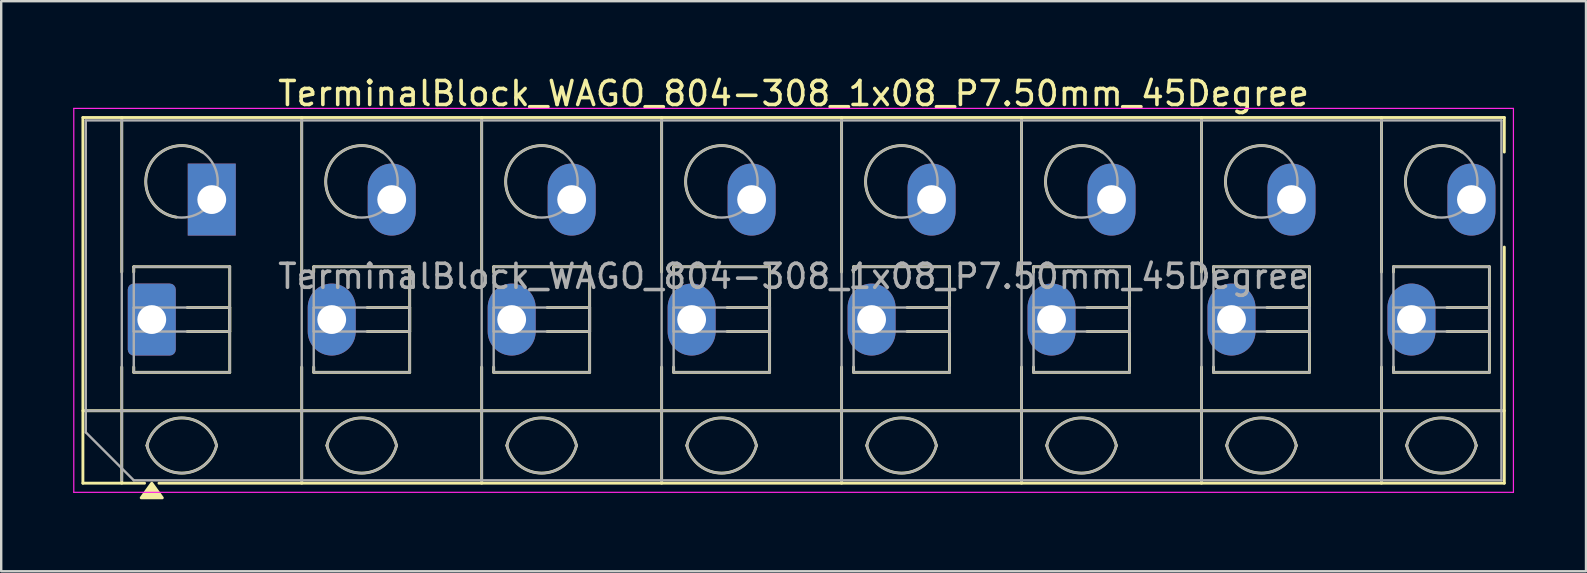
<source format=kicad_pcb>
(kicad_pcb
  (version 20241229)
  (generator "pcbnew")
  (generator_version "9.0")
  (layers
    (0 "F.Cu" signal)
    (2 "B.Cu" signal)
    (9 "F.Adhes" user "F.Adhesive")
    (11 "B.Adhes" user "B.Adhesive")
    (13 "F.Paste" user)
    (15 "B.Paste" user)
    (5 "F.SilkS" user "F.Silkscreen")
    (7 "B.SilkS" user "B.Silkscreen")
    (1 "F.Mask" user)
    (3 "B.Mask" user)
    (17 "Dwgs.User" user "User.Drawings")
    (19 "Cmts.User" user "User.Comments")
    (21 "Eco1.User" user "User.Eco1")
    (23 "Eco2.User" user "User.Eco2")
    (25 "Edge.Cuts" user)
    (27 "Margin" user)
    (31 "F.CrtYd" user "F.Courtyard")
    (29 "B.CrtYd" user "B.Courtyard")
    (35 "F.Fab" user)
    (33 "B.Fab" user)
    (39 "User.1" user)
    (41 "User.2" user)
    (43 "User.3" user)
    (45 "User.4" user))
  (footprint "TerminalBlock_WAGO_804-308_1x08_P7.50mm_45Degree"
    (layer "F.Cu")
    (at 3.275 10.268)
    (property "Reference" "TerminalBlock_WAGO_804-308_1x08_P7.50mm_45Degree" (at 26.75 -9.42 0) (layer "F.SilkS") (effects (font (size 1 1) (thickness 0.15))))
    (attr through_hole)
    (fp_line (start -2.87 -8.42) (end -2.87 6.82) (stroke (width 0.12) (type solid)) (layer "F.SilkS"))
    (fp_line (start -2.87 -8.42) (end 56.37 -8.42) (stroke (width 0.12) (type solid)) (layer "F.SilkS"))
    (fp_line (start -2.87 3.8) (end 56.37 3.8) (stroke (width 0.12) (type solid)) (layer "F.SilkS"))
    (fp_line (start -2.87 6.82) (end -0.3 6.82) (stroke (width 0.12) (type solid)) (layer "F.SilkS"))
    (fp_line (start -1.25 -8.42) (end -1.25 -1.98) (stroke (width 0.12) (type solid)) (layer "F.SilkS"))
    (fp_line (start -1.25 1.98) (end -1.25 6.82) (stroke (width 0.12) (type solid)) (layer "F.SilkS"))
    (fp_line (start -0.75 -2.2) (end -0.75 -1.98) (stroke (width 0.12) (type solid)) (layer "F.SilkS"))
    (fp_line (start -0.75 -2.2) (end 3.25 -2.2) (stroke (width 0.12) (type solid)) (layer "F.SilkS"))
    (fp_line (start -0.75 1.98) (end -0.75 2.2) (stroke (width 0.12) (type solid)) (layer "F.SilkS"))
    (fp_line (start -0.75 2.2) (end 3.25 2.2) (stroke (width 0.12) (type solid)) (layer "F.SilkS"))
    (fp_line (start 0.3 6.82) (end 56.37 6.82) (stroke (width 0.12) (type solid)) (layer "F.SilkS"))
    (fp_line (start 1.48 -0.5) (end 3.25 -0.5) (stroke (width 0.12) (type solid)) (layer "F.SilkS"))
    (fp_line (start 1.48 0.5) (end 3.25 0.5) (stroke (width 0.12) (type solid)) (layer "F.SilkS"))
    (fp_line (start 3.25 -2.2) (end 3.25 2.2) (stroke (width 0.12) (type solid)) (layer "F.SilkS"))
    (fp_line (start 3.25 -0.5) (end 3.25 0.5) (stroke (width 0.12) (type solid)) (layer "F.SilkS"))
    (fp_line (start 6.25 -8.42) (end 6.25 -1.98) (stroke (width 0.12) (type solid)) (layer "F.SilkS"))
    (fp_line (start 6.25 1.98) (end 6.25 6.82) (stroke (width 0.12) (type solid)) (layer "F.SilkS"))
    (fp_line (start 6.75 -2.2) (end 6.75 -1.98) (stroke (width 0.12) (type solid)) (layer "F.SilkS"))
    (fp_line (start 6.75 -2.2) (end 10.75 -2.2) (stroke (width 0.12) (type solid)) (layer "F.SilkS"))
    (fp_line (start 6.75 1.98) (end 6.75 2.2) (stroke (width 0.12) (type solid)) (layer "F.SilkS"))
    (fp_line (start 6.75 2.2) (end 10.75 2.2) (stroke (width 0.12) (type solid)) (layer "F.SilkS"))
    (fp_line (start 8.98 -0.5) (end 10.75 -0.5) (stroke (width 0.12) (type solid)) (layer "F.SilkS"))
    (fp_line (start 8.98 0.5) (end 10.75 0.5) (stroke (width 0.12) (type solid)) (layer "F.SilkS"))
    (fp_line (start 10.75 -2.2) (end 10.75 2.2) (stroke (width 0.12) (type solid)) (layer "F.SilkS"))
    (fp_line (start 10.75 -0.5) (end 10.75 0.5) (stroke (width 0.12) (type solid)) (layer "F.SilkS"))
    (fp_line (start 13.75 -8.42) (end 13.75 -1.98) (stroke (width 0.12) (type solid)) (layer "F.SilkS"))
    (fp_line (start 13.75 1.98) (end 13.75 6.82) (stroke (width 0.12) (type solid)) (layer "F.SilkS"))
    (fp_line (start 14.25 -2.2) (end 14.25 -1.98) (stroke (width 0.12) (type solid)) (layer "F.SilkS"))
    (fp_line (start 14.25 -2.2) (end 18.25 -2.2) (stroke (width 0.12) (type solid)) (layer "F.SilkS"))
    (fp_line (start 14.25 1.98) (end 14.25 2.2) (stroke (width 0.12) (type solid)) (layer "F.SilkS"))
    (fp_line (start 14.25 2.2) (end 18.25 2.2) (stroke (width 0.12) (type solid)) (layer "F.SilkS"))
    (fp_line (start 16.48 -0.5) (end 18.25 -0.5) (stroke (width 0.12) (type solid)) (layer "F.SilkS"))
    (fp_line (start 16.48 0.5) (end 18.25 0.5) (stroke (width 0.12) (type solid)) (layer "F.SilkS"))
    (fp_line (start 18.25 -2.2) (end 18.25 2.2) (stroke (width 0.12) (type solid)) (layer "F.SilkS"))
    (fp_line (start 18.25 -0.5) (end 18.25 0.5) (stroke (width 0.12) (type solid)) (layer "F.SilkS"))
    (fp_line (start 21.25 -8.42) (end 21.25 -1.98) (stroke (width 0.12) (type solid)) (layer "F.SilkS"))
    (fp_line (start 21.25 1.98) (end 21.25 6.82) (stroke (width 0.12) (type solid)) (layer "F.SilkS"))
    (fp_line (start 21.75 -2.2) (end 21.75 -1.98) (stroke (width 0.12) (type solid)) (layer "F.SilkS"))
    (fp_line (start 21.75 -2.2) (end 25.75 -2.2) (stroke (width 0.12) (type solid)) (layer "F.SilkS"))
    (fp_line (start 21.75 1.98) (end 21.75 2.2) (stroke (width 0.12) (type solid)) (layer "F.SilkS"))
    (fp_line (start 21.75 2.2) (end 25.75 2.2) (stroke (width 0.12) (type solid)) (layer "F.SilkS"))
    (fp_line (start 23.98 -0.5) (end 25.75 -0.5) (stroke (width 0.12) (type solid)) (layer "F.SilkS"))
    (fp_line (start 23.98 0.5) (end 25.75 0.5) (stroke (width 0.12) (type solid)) (layer "F.SilkS"))
    (fp_line (start 25.75 -2.2) (end 25.75 2.2) (stroke (width 0.12) (type solid)) (layer "F.SilkS"))
    (fp_line (start 25.75 -0.5) (end 25.75 0.5) (stroke (width 0.12) (type solid)) (layer "F.SilkS"))
    (fp_line (start 28.75 -8.42) (end 28.75 -1.98) (stroke (width 0.12) (type solid)) (layer "F.SilkS"))
    (fp_line (start 28.75 1.98) (end 28.75 6.82) (stroke (width 0.12) (type solid)) (layer "F.SilkS"))
    (fp_line (start 29.25 -2.2) (end 29.25 -1.98) (stroke (width 0.12) (type solid)) (layer "F.SilkS"))
    (fp_line (start 29.25 -2.2) (end 33.25 -2.2) (stroke (width 0.12) (type solid)) (layer "F.SilkS"))
    (fp_line (start 29.25 1.98) (end 29.25 2.2) (stroke (width 0.12) (type solid)) (layer "F.SilkS"))
    (fp_line (start 29.25 2.2) (end 33.25 2.2) (stroke (width 0.12) (type solid)) (layer "F.SilkS"))
    (fp_line (start 31.48 -0.5) (end 33.25 -0.5) (stroke (width 0.12) (type solid)) (layer "F.SilkS"))
    (fp_line (start 31.48 0.5) (end 33.25 0.5) (stroke (width 0.12) (type solid)) (layer "F.SilkS"))
    (fp_line (start 33.25 -2.2) (end 33.25 2.2) (stroke (width 0.12) (type solid)) (layer "F.SilkS"))
    (fp_line (start 33.25 -0.5) (end 33.25 0.5) (stroke (width 0.12) (type solid)) (layer "F.SilkS"))
    (fp_line (start 36.25 -8.42) (end 36.25 -1.98) (stroke (width 0.12) (type solid)) (layer "F.SilkS"))
    (fp_line (start 36.25 1.98) (end 36.25 6.82) (stroke (width 0.12) (type solid)) (layer "F.SilkS"))
    (fp_line (start 36.75 -2.2) (end 36.75 -1.98) (stroke (width 0.12) (type solid)) (layer "F.SilkS"))
    (fp_line (start 36.75 -2.2) (end 40.75 -2.2) (stroke (width 0.12) (type solid)) (layer "F.SilkS"))
    (fp_line (start 36.75 1.98) (end 36.75 2.2) (stroke (width 0.12) (type solid)) (layer "F.SilkS"))
    (fp_line (start 36.75 2.2) (end 40.75 2.2) (stroke (width 0.12) (type solid)) (layer "F.SilkS"))
    (fp_line (start 38.98 -0.5) (end 40.75 -0.5) (stroke (width 0.12) (type solid)) (layer "F.SilkS"))
    (fp_line (start 38.98 0.5) (end 40.75 0.5) (stroke (width 0.12) (type solid)) (layer "F.SilkS"))
    (fp_line (start 40.75 -2.2) (end 40.75 2.2) (stroke (width 0.12) (type solid)) (layer "F.SilkS"))
    (fp_line (start 40.75 -0.5) (end 40.75 0.5) (stroke (width 0.12) (type solid)) (layer "F.SilkS"))
    (fp_line (start 43.75 -8.42) (end 43.75 -1.98) (stroke (width 0.12) (type solid)) (layer "F.SilkS"))
    (fp_line (start 43.75 1.98) (end 43.75 6.82) (stroke (width 0.12) (type solid)) (layer "F.SilkS"))
    (fp_line (start 44.25 -2.2) (end 44.25 -1.98) (stroke (width 0.12) (type solid)) (layer "F.SilkS"))
    (fp_line (start 44.25 -2.2) (end 48.25 -2.2) (stroke (width 0.12) (type solid)) (layer "F.SilkS"))
    (fp_line (start 44.25 1.98) (end 44.25 2.2) (stroke (width 0.12) (type solid)) (layer "F.SilkS"))
    (fp_line (start 44.25 2.2) (end 48.25 2.2) (stroke (width 0.12) (type solid)) (layer "F.SilkS"))
    (fp_line (start 46.48 -0.5) (end 48.25 -0.5) (stroke (width 0.12) (type solid)) (layer "F.SilkS"))
    (fp_line (start 46.48 0.5) (end 48.25 0.5) (stroke (width 0.12) (type solid)) (layer "F.SilkS"))
    (fp_line (start 48.25 -2.2) (end 48.25 2.2) (stroke (width 0.12) (type solid)) (layer "F.SilkS"))
    (fp_line (start 48.25 -0.5) (end 48.25 0.5) (stroke (width 0.12) (type solid)) (layer "F.SilkS"))
    (fp_line (start 51.25 -8.42) (end 51.25 -1.98) (stroke (width 0.12) (type solid)) (layer "F.SilkS"))
    (fp_line (start 51.25 1.98) (end 51.25 6.82) (stroke (width 0.12) (type solid)) (layer "F.SilkS"))
    (fp_line (start 51.75 -2.2) (end 51.75 -1.98) (stroke (width 0.12) (type solid)) (layer "F.SilkS"))
    (fp_line (start 51.75 -2.2) (end 55.75 -2.2) (stroke (width 0.12) (type solid)) (layer "F.SilkS"))
    (fp_line (start 51.75 1.98) (end 51.75 2.2) (stroke (width 0.12) (type solid)) (layer "F.SilkS"))
    (fp_line (start 51.75 2.2) (end 55.75 2.2) (stroke (width 0.12) (type solid)) (layer "F.SilkS"))
    (fp_line (start 53.98 -0.5) (end 55.75 -0.5) (stroke (width 0.12) (type solid)) (layer "F.SilkS"))
    (fp_line (start 53.98 0.5) (end 55.75 0.5) (stroke (width 0.12) (type solid)) (layer "F.SilkS"))
    (fp_line (start 55.75 -2.2) (end 55.75 2.2) (stroke (width 0.12) (type solid)) (layer "F.SilkS"))
    (fp_line (start 55.75 -0.5) (end 55.75 0.5) (stroke (width 0.12) (type solid)) (layer "F.SilkS"))
    (fp_line (start 56.37 -8.42) (end 56.37 -6.98) (stroke (width 0.12) (type solid)) (layer "F.SilkS"))
    (fp_line (start 56.37 -3.02) (end 56.37 6.82) (stroke (width 0.12) (type solid)) (layer "F.SilkS"))
    (fp_arc (start -0.2 5.25) (mid 1.25 4.1) (end 2.7 5.25) (stroke (width 0.12) (type solid)) (layer "F.SilkS"))
    (fp_arc (start 1.02 -4.268) (mid -0.141916 -6.309209) (end 2.109 -6.98) (stroke (width 0.12) (type solid)) (layer "F.SilkS"))
    (fp_arc (start 2.7 5.25) (mid 1.25 6.4) (end -0.2 5.25) (stroke (width 0.12) (type solid)) (layer "F.SilkS"))
    (fp_arc (start 7.3 5.25) (mid 8.75 4.1) (end 10.2 5.25) (stroke (width 0.12) (type solid)) (layer "F.SilkS"))
    (fp_arc (start 8.52 -4.268) (mid 7.358084 -6.309209) (end 9.609 -6.98) (stroke (width 0.12) (type solid)) (layer "F.SilkS"))
    (fp_arc (start 10.2 5.25) (mid 8.75 6.4) (end 7.3 5.25) (stroke (width 0.12) (type solid)) (layer "F.SilkS"))
    (fp_arc (start 14.8 5.25) (mid 16.25 4.1) (end 17.7 5.25) (stroke (width 0.12) (type solid)) (layer "F.SilkS"))
    (fp_arc (start 16.02 -4.268) (mid 14.858084 -6.309209) (end 17.109 -6.98) (stroke (width 0.12) (type solid)) (layer "F.SilkS"))
    (fp_arc (start 17.7 5.25) (mid 16.25 6.4) (end 14.8 5.25) (stroke (width 0.12) (type solid)) (layer "F.SilkS"))
    (fp_arc (start 22.3 5.25) (mid 23.75 4.1) (end 25.2 5.25) (stroke (width 0.12) (type solid)) (layer "F.SilkS"))
    (fp_arc (start 23.52 -4.268) (mid 22.358084 -6.309209) (end 24.609 -6.98) (stroke (width 0.12) (type solid)) (layer "F.SilkS"))
    (fp_arc (start 25.2 5.25) (mid 23.75 6.4) (end 22.3 5.25) (stroke (width 0.12) (type solid)) (layer "F.SilkS"))
    (fp_arc (start 29.8 5.25) (mid 31.25 4.1) (end 32.7 5.25) (stroke (width 0.12) (type solid)) (layer "F.SilkS"))
    (fp_arc (start 31.02 -4.268) (mid 29.858084 -6.309209) (end 32.109 -6.98) (stroke (width 0.12) (type solid)) (layer "F.SilkS"))
    (fp_arc (start 32.7 5.25) (mid 31.25 6.4) (end 29.8 5.25) (stroke (width 0.12) (type solid)) (layer "F.SilkS"))
    (fp_arc (start 37.3 5.25) (mid 38.75 4.1) (end 40.2 5.25) (stroke (width 0.12) (type solid)) (layer "F.SilkS"))
    (fp_arc (start 38.52 -4.268) (mid 37.358084 -6.309209) (end 39.609 -6.98) (stroke (width 0.12) (type solid)) (layer "F.SilkS"))
    (fp_arc (start 40.2 5.25) (mid 38.75 6.4) (end 37.3 5.25) (stroke (width 0.12) (type solid)) (layer "F.SilkS"))
    (fp_arc (start 44.8 5.25) (mid 46.25 4.1) (end 47.7 5.25) (stroke (width 0.12) (type solid)) (layer "F.SilkS"))
    (fp_arc (start 46.02 -4.268) (mid 44.858084 -6.309209) (end 47.109 -6.98) (stroke (width 0.12) (type solid)) (layer "F.SilkS"))
    (fp_arc (start 47.7 5.25) (mid 46.25 6.4) (end 44.8 5.25) (stroke (width 0.12) (type solid)) (layer "F.SilkS"))
    (fp_arc (start 52.3 5.25) (mid 53.75 4.1) (end 55.2 5.25) (stroke (width 0.12) (type solid)) (layer "F.SilkS"))
    (fp_arc (start 53.52 -4.268) (mid 52.358084 -6.309209) (end 54.609 -6.98) (stroke (width 0.12) (type solid)) (layer "F.SilkS"))
    (fp_arc (start 55.2 5.25) (mid 53.75 6.4) (end 52.3 5.25) (stroke (width 0.12) (type solid)) (layer "F.SilkS"))
    (fp_poly (pts (xy 0 6.82) (xy 0.44 7.43) (xy -0.44 7.43)) (stroke (width 0.12) (type solid)) (fill yes) (layer "F.SilkS"))
    (fp_line (start -3.25 -8.8) (end -3.25 7.2) (stroke (width 0.05) (type solid)) (layer "F.CrtYd"))
    (fp_line (start -3.25 7.2) (end 56.75 7.2) (stroke (width 0.05) (type solid)) (layer "F.CrtYd"))
    (fp_line (start 56.75 -8.8) (end -3.25 -8.8) (stroke (width 0.05) (type solid)) (layer "F.CrtYd"))
    (fp_line (start 56.75 7.2) (end 56.75 -8.8) (stroke (width 0.05) (type solid)) (layer "F.CrtYd"))
    (fp_line (start -2.75 -8.3) (end 56.25 -8.3) (stroke (width 0.1) (type solid)) (layer "F.Fab"))
    (fp_line (start -2.75 3.8) (end 56.25 3.8) (stroke (width 0.1) (type solid)) (layer "F.Fab"))
    (fp_line (start -2.75 4.7) (end -2.75 -8.3) (stroke (width 0.1) (type solid)) (layer "F.Fab"))
    (fp_line (start -1.25 -8.3) (end -1.25 6.7) (stroke (width 0.1) (type solid)) (layer "F.Fab"))
    (fp_line (start -0.75 -2.2) (end -0.75 2.2) (stroke (width 0.1) (type solid)) (layer "F.Fab"))
    (fp_line (start -0.75 -0.5) (end -0.75 0.5) (stroke (width 0.1) (type solid)) (layer "F.Fab"))
    (fp_line (start -0.75 0.5) (end 3.25 0.5) (stroke (width 0.1) (type solid)) (layer "F.Fab"))
    (fp_line (start -0.75 2.2) (end 3.25 2.2) (stroke (width 0.1) (type solid)) (layer "F.Fab"))
    (fp_line (start -0.75 6.7) (end -2.75 4.7) (stroke (width 0.1) (type solid)) (layer "F.Fab"))
    (fp_line (start 3.25 -2.2) (end -0.75 -2.2) (stroke (width 0.1) (type solid)) (layer "F.Fab"))
    (fp_line (start 3.25 -0.5) (end -0.75 -0.5) (stroke (width 0.1) (type solid)) (layer "F.Fab"))
    (fp_line (start 3.25 0.5) (end 3.25 -0.5) (stroke (width 0.1) (type solid)) (layer "F.Fab"))
    (fp_line (start 3.25 2.2) (end 3.25 -2.2) (stroke (width 0.1) (type solid)) (layer "F.Fab"))
    (fp_line (start 6.25 -8.3) (end 6.25 6.7) (stroke (width 0.1) (type solid)) (layer "F.Fab"))
    (fp_line (start 6.75 -2.2) (end 6.75 2.2) (stroke (width 0.1) (type solid)) (layer "F.Fab"))
    (fp_line (start 6.75 -0.5) (end 6.75 0.5) (stroke (width 0.1) (type solid)) (layer "F.Fab"))
    (fp_line (start 6.75 0.5) (end 10.75 0.5) (stroke (width 0.1) (type solid)) (layer "F.Fab"))
    (fp_line (start 6.75 2.2) (end 10.75 2.2) (stroke (width 0.1) (type solid)) (layer "F.Fab"))
    (fp_line (start 10.75 -2.2) (end 6.75 -2.2) (stroke (width 0.1) (type solid)) (layer "F.Fab"))
    (fp_line (start 10.75 -0.5) (end 6.75 -0.5) (stroke (width 0.1) (type solid)) (layer "F.Fab"))
    (fp_line (start 10.75 0.5) (end 10.75 -0.5) (stroke (width 0.1) (type solid)) (layer "F.Fab"))
    (fp_line (start 10.75 2.2) (end 10.75 -2.2) (stroke (width 0.1) (type solid)) (layer "F.Fab"))
    (fp_line (start 13.75 -8.3) (end 13.75 6.7) (stroke (width 0.1) (type solid)) (layer "F.Fab"))
    (fp_line (start 14.25 -2.2) (end 14.25 2.2) (stroke (width 0.1) (type solid)) (layer "F.Fab"))
    (fp_line (start 14.25 -0.5) (end 14.25 0.5) (stroke (width 0.1) (type solid)) (layer "F.Fab"))
    (fp_line (start 14.25 0.5) (end 18.25 0.5) (stroke (width 0.1) (type solid)) (layer "F.Fab"))
    (fp_line (start 14.25 2.2) (end 18.25 2.2) (stroke (width 0.1) (type solid)) (layer "F.Fab"))
    (fp_line (start 18.25 -2.2) (end 14.25 -2.2) (stroke (width 0.1) (type solid)) (layer "F.Fab"))
    (fp_line (start 18.25 -0.5) (end 14.25 -0.5) (stroke (width 0.1) (type solid)) (layer "F.Fab"))
    (fp_line (start 18.25 0.5) (end 18.25 -0.5) (stroke (width 0.1) (type solid)) (layer "F.Fab"))
    (fp_line (start 18.25 2.2) (end 18.25 -2.2) (stroke (width 0.1) (type solid)) (layer "F.Fab"))
    (fp_line (start 21.25 -8.3) (end 21.25 6.7) (stroke (width 0.1) (type solid)) (layer "F.Fab"))
    (fp_line (start 21.75 -2.2) (end 21.75 2.2) (stroke (width 0.1) (type solid)) (layer "F.Fab"))
    (fp_line (start 21.75 -0.5) (end 21.75 0.5) (stroke (width 0.1) (type solid)) (layer "F.Fab"))
    (fp_line (start 21.75 0.5) (end 25.75 0.5) (stroke (width 0.1) (type solid)) (layer "F.Fab"))
    (fp_line (start 21.75 2.2) (end 25.75 2.2) (stroke (width 0.1) (type solid)) (layer "F.Fab"))
    (fp_line (start 25.75 -2.2) (end 21.75 -2.2) (stroke (width 0.1) (type solid)) (layer "F.Fab"))
    (fp_line (start 25.75 -0.5) (end 21.75 -0.5) (stroke (width 0.1) (type solid)) (layer "F.Fab"))
    (fp_line (start 25.75 0.5) (end 25.75 -0.5) (stroke (width 0.1) (type solid)) (layer "F.Fab"))
    (fp_line (start 25.75 2.2) (end 25.75 -2.2) (stroke (width 0.1) (type solid)) (layer "F.Fab"))
    (fp_line (start 28.75 -8.3) (end 28.75 6.7) (stroke (width 0.1) (type solid)) (layer "F.Fab"))
    (fp_line (start 29.25 -2.2) (end 29.25 2.2) (stroke (width 0.1) (type solid)) (layer "F.Fab"))
    (fp_line (start 29.25 -0.5) (end 29.25 0.5) (stroke (width 0.1) (type solid)) (layer "F.Fab"))
    (fp_line (start 29.25 0.5) (end 33.25 0.5) (stroke (width 0.1) (type solid)) (layer "F.Fab"))
    (fp_line (start 29.25 2.2) (end 33.25 2.2) (stroke (width 0.1) (type solid)) (layer "F.Fab"))
    (fp_line (start 33.25 -2.2) (end 29.25 -2.2) (stroke (width 0.1) (type solid)) (layer "F.Fab"))
    (fp_line (start 33.25 -0.5) (end 29.25 -0.5) (stroke (width 0.1) (type solid)) (layer "F.Fab"))
    (fp_line (start 33.25 0.5) (end 33.25 -0.5) (stroke (width 0.1) (type solid)) (layer "F.Fab"))
    (fp_line (start 33.25 2.2) (end 33.25 -2.2) (stroke (width 0.1) (type solid)) (layer "F.Fab"))
    (fp_line (start 36.25 -8.3) (end 36.25 6.7) (stroke (width 0.1) (type solid)) (layer "F.Fab"))
    (fp_line (start 36.75 -2.2) (end 36.75 2.2) (stroke (width 0.1) (type solid)) (layer "F.Fab"))
    (fp_line (start 36.75 -0.5) (end 36.75 0.5) (stroke (width 0.1) (type solid)) (layer "F.Fab"))
    (fp_line (start 36.75 0.5) (end 40.75 0.5) (stroke (width 0.1) (type solid)) (layer "F.Fab"))
    (fp_line (start 36.75 2.2) (end 40.75 2.2) (stroke (width 0.1) (type solid)) (layer "F.Fab"))
    (fp_line (start 40.75 -2.2) (end 36.75 -2.2) (stroke (width 0.1) (type solid)) (layer "F.Fab"))
    (fp_line (start 40.75 -0.5) (end 36.75 -0.5) (stroke (width 0.1) (type solid)) (layer "F.Fab"))
    (fp_line (start 40.75 0.5) (end 40.75 -0.5) (stroke (width 0.1) (type solid)) (layer "F.Fab"))
    (fp_line (start 40.75 2.2) (end 40.75 -2.2) (stroke (width 0.1) (type solid)) (layer "F.Fab"))
    (fp_line (start 43.75 -8.3) (end 43.75 6.7) (stroke (width 0.1) (type solid)) (layer "F.Fab"))
    (fp_line (start 44.25 -2.2) (end 44.25 2.2) (stroke (width 0.1) (type solid)) (layer "F.Fab"))
    (fp_line (start 44.25 -0.5) (end 44.25 0.5) (stroke (width 0.1) (type solid)) (layer "F.Fab"))
    (fp_line (start 44.25 0.5) (end 48.25 0.5) (stroke (width 0.1) (type solid)) (layer "F.Fab"))
    (fp_line (start 44.25 2.2) (end 48.25 2.2) (stroke (width 0.1) (type solid)) (layer "F.Fab"))
    (fp_line (start 48.25 -2.2) (end 44.25 -2.2) (stroke (width 0.1) (type solid)) (layer "F.Fab"))
    (fp_line (start 48.25 -0.5) (end 44.25 -0.5) (stroke (width 0.1) (type solid)) (layer "F.Fab"))
    (fp_line (start 48.25 0.5) (end 48.25 -0.5) (stroke (width 0.1) (type solid)) (layer "F.Fab"))
    (fp_line (start 48.25 2.2) (end 48.25 -2.2) (stroke (width 0.1) (type solid)) (layer "F.Fab"))
    (fp_line (start 51.25 -8.3) (end 51.25 6.7) (stroke (width 0.1) (type solid)) (layer "F.Fab"))
    (fp_line (start 51.75 -2.2) (end 51.75 2.2) (stroke (width 0.1) (type solid)) (layer "F.Fab"))
    (fp_line (start 51.75 -0.5) (end 51.75 0.5) (stroke (width 0.1) (type solid)) (layer "F.Fab"))
    (fp_line (start 51.75 0.5) (end 55.75 0.5) (stroke (width 0.1) (type solid)) (layer "F.Fab"))
    (fp_line (start 51.75 2.2) (end 55.75 2.2) (stroke (width 0.1) (type solid)) (layer "F.Fab"))
    (fp_line (start 55.75 -2.2) (end 51.75 -2.2) (stroke (width 0.1) (type solid)) (layer "F.Fab"))
    (fp_line (start 55.75 -0.5) (end 51.75 -0.5) (stroke (width 0.1) (type solid)) (layer "F.Fab"))
    (fp_line (start 55.75 0.5) (end 55.75 -0.5) (stroke (width 0.1) (type solid)) (layer "F.Fab"))
    (fp_line (start 55.75 2.2) (end 55.75 -2.2) (stroke (width 0.1) (type solid)) (layer "F.Fab"))
    (fp_line (start 56.25 -8.3) (end 56.25 6.7) (stroke (width 0.1) (type solid)) (layer "F.Fab"))
    (fp_line (start 56.25 6.7) (end -0.75 6.7) (stroke (width 0.1) (type solid)) (layer "F.Fab"))
    (fp_arc (start -0.2 5.25) (mid 1.25 4.1) (end 2.7 5.25) (stroke (width 0.1) (type solid)) (layer "F.Fab"))
    (fp_arc (start 2.7 5.25) (mid 1.25 6.4) (end -0.2 5.25) (stroke (width 0.1) (type solid)) (layer "F.Fab"))
    (fp_arc (start 7.3 5.25) (mid 8.75 4.1) (end 10.2 5.25) (stroke (width 0.1) (type solid)) (layer "F.Fab"))
    (fp_arc (start 10.2 5.25) (mid 8.75 6.4) (end 7.3 5.25) (stroke (width 0.1) (type solid)) (layer "F.Fab"))
    (fp_arc (start 14.8 5.25) (mid 16.25 4.1) (end 17.7 5.25) (stroke (width 0.1) (type solid)) (layer "F.Fab"))
    (fp_arc (start 17.7 5.25) (mid 16.25 6.4) (end 14.8 5.25) (stroke (width 0.1) (type solid)) (layer "F.Fab"))
    (fp_arc (start 22.3 5.25) (mid 23.75 4.1) (end 25.2 5.25) (stroke (width 0.1) (type solid)) (layer "F.Fab"))
    (fp_arc (start 25.2 5.25) (mid 23.75 6.4) (end 22.3 5.25) (stroke (width 0.1) (type solid)) (layer "F.Fab"))
    (fp_arc (start 29.8 5.25) (mid 31.25 4.1) (end 32.7 5.25) (stroke (width 0.1) (type solid)) (layer "F.Fab"))
    (fp_arc (start 32.7 5.25) (mid 31.25 6.4) (end 29.8 5.25) (stroke (width 0.1) (type solid)) (layer "F.Fab"))
    (fp_arc (start 37.3 5.25) (mid 38.75 4.1) (end 40.2 5.25) (stroke (width 0.1) (type solid)) (layer "F.Fab"))
    (fp_arc (start 40.2 5.25) (mid 38.75 6.4) (end 37.3 5.25) (stroke (width 0.1) (type solid)) (layer "F.Fab"))
    (fp_arc (start 44.8 5.25) (mid 46.25 4.1) (end 47.7 5.25) (stroke (width 0.1) (type solid)) (layer "F.Fab"))
    (fp_arc (start 47.7 5.25) (mid 46.25 6.4) (end 44.8 5.25) (stroke (width 0.1) (type solid)) (layer "F.Fab"))
    (fp_arc (start 52.3 5.25) (mid 53.75 4.1) (end 55.2 5.25) (stroke (width 0.1) (type solid)) (layer "F.Fab"))
    (fp_arc (start 55.2 5.25) (mid 53.75 6.4) (end 52.3 5.25) (stroke (width 0.1) (type solid)) (layer "F.Fab"))
    (fp_circle (center 1.25 -5.75) (end 2.75 -5.75) (stroke (width 0.1) (type solid)) (fill no) (layer "F.Fab"))
    (fp_circle (center 8.75 -5.75) (end 10.25 -5.75) (stroke (width 0.1) (type solid)) (fill no) (layer "F.Fab"))
    (fp_circle (center 16.25 -5.75) (end 17.75 -5.75) (stroke (width 0.1) (type solid)) (fill no) (layer "F.Fab"))
    (fp_circle (center 23.75 -5.75) (end 25.25 -5.75) (stroke (width 0.1) (type solid)) (fill no) (layer "F.Fab"))
    (fp_circle (center 31.25 -5.75) (end 32.75 -5.75) (stroke (width 0.1) (type solid)) (fill no) (layer "F.Fab"))
    (fp_circle (center 38.75 -5.75) (end 40.25 -5.75) (stroke (width 0.1) (type solid)) (fill no) (layer "F.Fab"))
    (fp_circle (center 46.25 -5.75) (end 47.75 -5.75) (stroke (width 0.1) (type solid)) (fill no) (layer "F.Fab"))
    (fp_circle (center 53.75 -5.75) (end 55.25 -5.75) (stroke (width 0.1) (type solid)) (fill no) (layer "F.Fab"))
    (fp_text user "${REFERENCE}" (at 26.75 -1.8 0) (layer "F.Fab") (effects (font (size 1 1) (thickness 0.15))))
    (pad "1" thru_hole roundrect (at 0 0) (size 2 3) (drill 1.2) (layers "*.Cu" "*.Mask") (roundrect_rratio 0.125))
    (pad "1" thru_hole rect (at 2.5 -5) (size 2 3) (drill 1.2) (layers "*.Cu" "*.Mask"))
    (pad "2" thru_hole oval (at 7.5 0) (size 2 3) (drill 1.2) (layers "*.Cu" "*.Mask"))
    (pad "2" thru_hole oval (at 10 -5) (size 2 3) (drill 1.2) (layers "*.Cu" "*.Mask"))
    (pad "3" thru_hole oval (at 15 0) (size 2 3) (drill 1.2) (layers "*.Cu" "*.Mask"))
    (pad "3" thru_hole oval (at 17.5 -5) (size 2 3) (drill 1.2) (layers "*.Cu" "*.Mask"))
    (pad "4" thru_hole oval (at 22.5 0) (size 2 3) (drill 1.2) (layers "*.Cu" "*.Mask"))
    (pad "4" thru_hole oval (at 25 -5) (size 2 3) (drill 1.2) (layers "*.Cu" "*.Mask"))
    (pad "5" thru_hole oval (at 30 0) (size 2 3) (drill 1.2) (layers "*.Cu" "*.Mask"))
    (pad "5" thru_hole oval (at 32.5 -5) (size 2 3) (drill 1.2) (layers "*.Cu" "*.Mask"))
    (pad "6" thru_hole oval (at 37.5 0) (size 2 3) (drill 1.2) (layers "*.Cu" "*.Mask"))
    (pad "6" thru_hole oval (at 40 -5) (size 2 3) (drill 1.2) (layers "*.Cu" "*.Mask"))
    (pad "7" thru_hole oval (at 45 0) (size 2 3) (drill 1.2) (layers "*.Cu" "*.Mask"))
    (pad "7" thru_hole oval (at 47.5 -5) (size 2 3) (drill 1.2) (layers "*.Cu" "*.Mask"))
    (pad "8" thru_hole oval (at 52.5 0) (size 2 3) (drill 1.2) (layers "*.Cu" "*.Mask"))
    (pad "8" thru_hole oval (at 55 -5) (size 2 3) (drill 1.2) (layers "*.Cu" "*.Mask")))
  (gr_rect
    (start -3 -3)
    (end 63.05 20.758)
    (stroke (width 0.1) (type default))
    (fill no)
    (layer "Edge.Cuts")))
</source>
